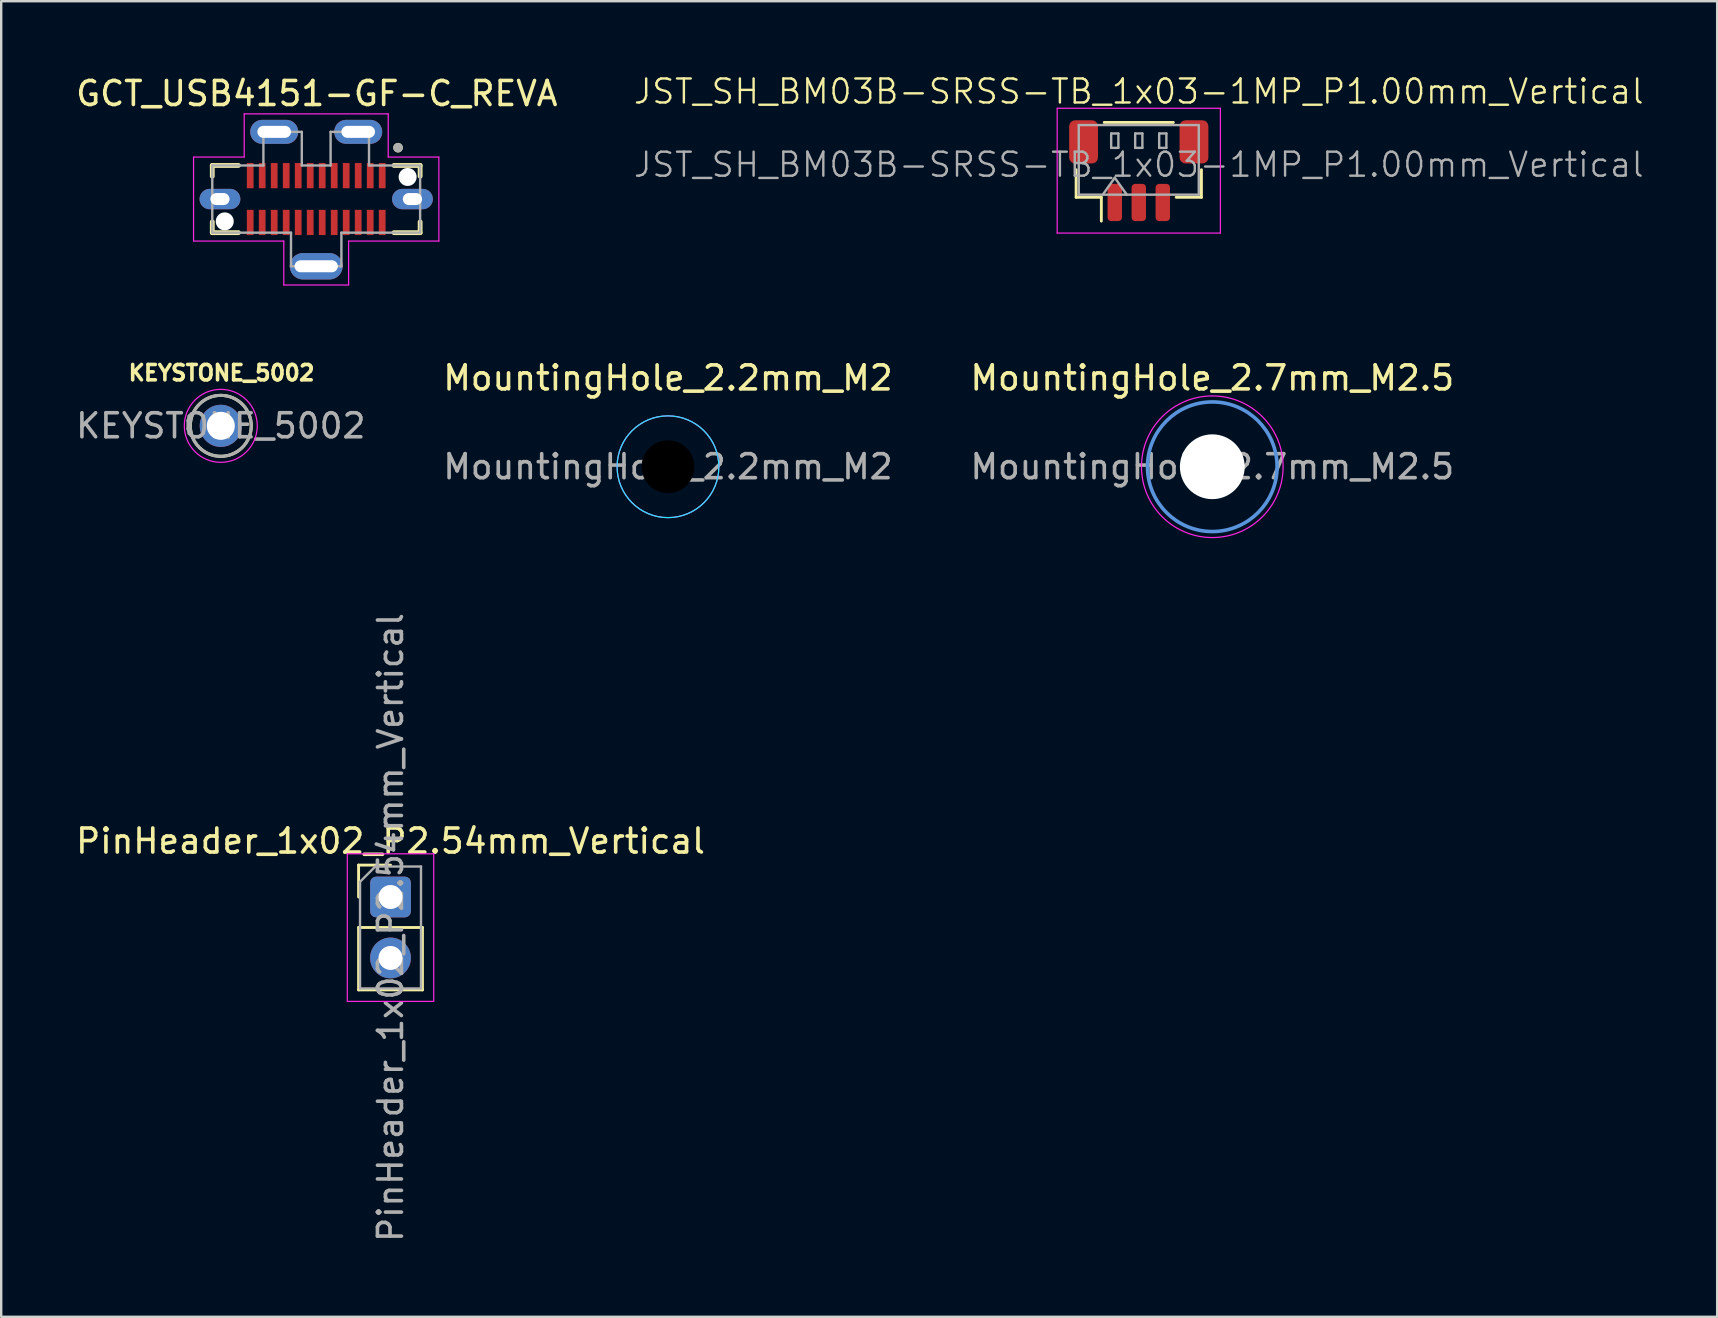
<source format=kicad_pcb>
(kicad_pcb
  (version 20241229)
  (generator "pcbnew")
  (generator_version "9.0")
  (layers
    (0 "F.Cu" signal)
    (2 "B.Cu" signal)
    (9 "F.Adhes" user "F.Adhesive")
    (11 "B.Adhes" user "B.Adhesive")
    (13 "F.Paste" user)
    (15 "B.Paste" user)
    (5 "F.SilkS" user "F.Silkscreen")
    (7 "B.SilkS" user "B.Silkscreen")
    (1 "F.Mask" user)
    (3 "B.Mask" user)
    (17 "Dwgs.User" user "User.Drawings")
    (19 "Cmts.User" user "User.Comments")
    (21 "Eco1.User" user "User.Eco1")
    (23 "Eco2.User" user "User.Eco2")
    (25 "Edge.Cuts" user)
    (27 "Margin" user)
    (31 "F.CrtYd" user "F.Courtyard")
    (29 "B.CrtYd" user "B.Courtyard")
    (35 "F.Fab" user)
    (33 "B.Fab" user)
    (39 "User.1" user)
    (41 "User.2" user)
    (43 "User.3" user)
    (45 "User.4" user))
  (footprint "JST_SH_BM03B-SRSS-TB_1x03-1MP_P1.00mm_Vertical"
    (layer "F.Cu")
    (at 44.395 4.061)
    (property "Reference" "JST_SH_BM03B-SRSS-TB_1x03-1MP_P1.00mm_Vertical" (at 0 -3.3 0) (layer "F.SilkS") (effects (font (size 1 1) (thickness 0.1))))
    (attr smd)
    (fp_line (start -2.61 -0.04) (end -2.61 1.11) (stroke (width 0.12) (type solid)) (layer "F.SilkS"))
    (fp_line (start -2.61 1.11) (end -1.56 1.11) (stroke (width 0.12) (type solid)) (layer "F.SilkS"))
    (fp_line (start -1.56 1.11) (end -1.56 2.1) (stroke (width 0.12) (type solid)) (layer "F.SilkS"))
    (fp_line (start -1.44 -2.01) (end 1.44 -2.01) (stroke (width 0.12) (type solid)) (layer "F.SilkS"))
    (fp_line (start 2.61 -0.04) (end 2.61 1.11) (stroke (width 0.12) (type solid)) (layer "F.SilkS"))
    (fp_line (start 2.61 1.11) (end 1.56 1.11) (stroke (width 0.12) (type solid)) (layer "F.SilkS"))
    (fp_line (start -3.4 -2.6) (end -3.4 2.6) (stroke (width 0.05) (type solid)) (layer "F.CrtYd"))
    (fp_line (start -3.4 2.6) (end 3.4 2.6) (stroke (width 0.05) (type solid)) (layer "F.CrtYd"))
    (fp_line (start 3.4 -2.6) (end -3.4 -2.6) (stroke (width 0.05) (type solid)) (layer "F.CrtYd"))
    (fp_line (start 3.4 2.6) (end 3.4 -2.6) (stroke (width 0.05) (type solid)) (layer "F.CrtYd"))
    (fp_line (start -2.5 -1.9) (end 2.5 -1.9) (stroke (width 0.1) (type solid)) (layer "F.Fab"))
    (fp_line (start -2.5 1) (end -2.5 -1.9) (stroke (width 0.1) (type solid)) (layer "F.Fab"))
    (fp_line (start -2.5 1) (end 2.5 1) (stroke (width 0.1) (type solid)) (layer "F.Fab"))
    (fp_line (start -1.5 1) (end -1 0.293) (stroke (width 0.1) (type solid)) (layer "F.Fab"))
    (fp_line (start -1.15 -1.55) (end -1.15 -0.95) (stroke (width 0.1) (type solid)) (layer "F.Fab"))
    (fp_line (start -1.15 -0.95) (end -0.85 -0.95) (stroke (width 0.1) (type solid)) (layer "F.Fab"))
    (fp_line (start -1 0.293) (end -0.5 1) (stroke (width 0.1) (type solid)) (layer "F.Fab"))
    (fp_line (start -0.85 -1.55) (end -1.15 -1.55) (stroke (width 0.1) (type solid)) (layer "F.Fab"))
    (fp_line (start -0.85 -0.95) (end -0.85 -1.55) (stroke (width 0.1) (type solid)) (layer "F.Fab"))
    (fp_line (start -0.15 -1.55) (end -0.15 -0.95) (stroke (width 0.1) (type solid)) (layer "F.Fab"))
    (fp_line (start -0.15 -0.95) (end 0.15 -0.95) (stroke (width 0.1) (type solid)) (layer "F.Fab"))
    (fp_line (start 0.15 -1.55) (end -0.15 -1.55) (stroke (width 0.1) (type solid)) (layer "F.Fab"))
    (fp_line (start 0.15 -0.95) (end 0.15 -1.55) (stroke (width 0.1) (type solid)) (layer "F.Fab"))
    (fp_line (start 0.85 -1.55) (end 0.85 -0.95) (stroke (width 0.1) (type solid)) (layer "F.Fab"))
    (fp_line (start 0.85 -0.95) (end 1.15 -0.95) (stroke (width 0.1) (type solid)) (layer "F.Fab"))
    (fp_line (start 1.15 -1.55) (end 0.85 -1.55) (stroke (width 0.1) (type solid)) (layer "F.Fab"))
    (fp_line (start 1.15 -0.95) (end 1.15 -1.55) (stroke (width 0.1) (type solid)) (layer "F.Fab"))
    (fp_line (start 2.5 1) (end 2.5 -1.9) (stroke (width 0.1) (type solid)) (layer "F.Fab"))
    (fp_text user "${REFERENCE}" (at 0 -0.25 0) (layer "F.Fab") (effects (font (size 1 1) (thickness 0.1))))
    (pad "1" smd roundrect (at -1 1.325) (size 0.6 1.55) (layers "F.Cu" "F.Mask" "F.Paste") (roundrect_rratio 0.25))
    (pad "2" smd roundrect (at 0 1.325) (size 0.6 1.55) (layers "F.Cu" "F.Mask" "F.Paste") (roundrect_rratio 0.25))
    (pad "3" smd roundrect (at 1 1.325) (size 0.6 1.55) (layers "F.Cu" "F.Mask" "F.Paste") (roundrect_rratio 0.25))
    (pad "MP" smd roundrect (at -2.3 -1.2) (size 1.2 1.8) (layers "F.Cu" "F.Mask" "F.Paste") (roundrect_rratio 0.208))
    (pad "MP" smd roundrect (at 2.3 -1.2) (size 1.2 1.8) (layers "F.Cu" "F.Mask" "F.Paste") (roundrect_rratio 0.208)))
  (footprint "PinHeader_1x02_P2.54mm_Vertical"
    (layer "F.Cu")
    (at 13.22 34.322)
    (property "Reference" "PinHeader_1x02_P2.54mm_Vertical" (at 0 -2.33 0) (layer "F.SilkS") (effects (font (size 1 1) (thickness 0.15))))
    (attr through_hole)
    (fp_line (start -1.33 -1.33) (end 0 -1.33) (stroke (width 0.12) (type solid)) (layer "F.SilkS"))
    (fp_line (start -1.33 0) (end -1.33 -1.33) (stroke (width 0.12) (type solid)) (layer "F.SilkS"))
    (fp_line (start -1.33 1.27) (end -1.33 3.87) (stroke (width 0.12) (type solid)) (layer "F.SilkS"))
    (fp_line (start -1.33 1.27) (end 1.33 1.27) (stroke (width 0.12) (type solid)) (layer "F.SilkS"))
    (fp_line (start -1.33 3.87) (end 1.33 3.87) (stroke (width 0.12) (type solid)) (layer "F.SilkS"))
    (fp_line (start 1.33 1.27) (end 1.33 3.87) (stroke (width 0.12) (type solid)) (layer "F.SilkS"))
    (fp_line (start -1.8 -1.8) (end -1.8 4.35) (stroke (width 0.05) (type solid)) (layer "F.CrtYd"))
    (fp_line (start -1.8 4.35) (end 1.8 4.35) (stroke (width 0.05) (type solid)) (layer "F.CrtYd"))
    (fp_line (start 1.8 -1.8) (end -1.8 -1.8) (stroke (width 0.05) (type solid)) (layer "F.CrtYd"))
    (fp_line (start 1.8 4.35) (end 1.8 -1.8) (stroke (width 0.05) (type solid)) (layer "F.CrtYd"))
    (fp_line (start -1.27 -0.635) (end -0.635 -1.27) (stroke (width 0.1) (type solid)) (layer "F.Fab"))
    (fp_line (start -1.27 3.81) (end -1.27 -0.635) (stroke (width 0.1) (type solid)) (layer "F.Fab"))
    (fp_line (start -0.635 -1.27) (end 1.27 -1.27) (stroke (width 0.1) (type solid)) (layer "F.Fab"))
    (fp_line (start 1.27 -1.27) (end 1.27 3.81) (stroke (width 0.1) (type solid)) (layer "F.Fab"))
    (fp_line (start 1.27 3.81) (end -1.27 3.81) (stroke (width 0.1) (type solid)) (layer "F.Fab"))
    (fp_text user "${REFERENCE}" (at 0 1.27 90) (layer "F.Fab") (effects (font (size 1 1) (thickness 0.15))))
    (pad "1" thru_hole roundrect (at 0 0) (size 1.7 1.7) (drill 1) (layers "*.Cu" "*.Mask") (roundrect_rratio 0.15))
    (pad "2" thru_hole oval (at 0 2.54) (size 1.7 1.7) (drill 1) (layers "*.Cu" "*.Mask")))
  (footprint "KEYSTONE_5002"
    (layer "F.Cu")
    (at 6.149 14.692)
    (property "Reference" "KEYSTONE_5002" (at 0.032 -2.206 0) (layer "F.SilkS") (effects (font (size 0.64 0.64) (thickness 0.15))))
    (attr through_hole)
    (fp_circle (center 0 0) (end 1.27 0) (stroke (width 0.127) (type solid)) (fill no) (layer "F.SilkS"))
    (fp_circle (center 0 0) (end 1.52 0) (stroke (width 0.05) (type solid)) (fill no) (layer "F.CrtYd"))
    (fp_circle (center 0 0) (end 1.27 0) (stroke (width 0.127) (type solid)) (fill no) (layer "F.Fab"))
    (fp_text user "${REFERENCE}" (at 0 0 0) (unlocked yes) (layer "F.Fab") (effects (font (size 1 1) (thickness 0.15))))
    (pad "1" thru_hole circle (at 0 0) (size 1.755 1.755) (drill 1.17) (layers "*.Cu" "*.Mask")))
  (footprint "MountingHole_2.2mm_M2"
    (layer "F.Cu")
    (at 24.78 16.396)
    (property "Reference" "MountingHole_2.2mm_M2" (at 0 -3.7 0) (layer "F.SilkS") (effects (font (size 1 1) (thickness 0.15))))
    (attr exclude_from_pos_files)
    (fp_circle (center 0 0) (end 2.12 0) (stroke (width 0.05) (type solid)) (fill no) (layer "B.CrtYd"))
    (fp_circle (center 0 0) (end 2.12 0) (stroke (width 0.05) (type solid)) (fill no) (layer "F.CrtYd"))
    (fp_text user "${REFERENCE}" (at 0 0 0) (layer "F.Fab") (effects (font (size 1 1) (thickness 0.15))))
    (pad "" np_thru_hole circle (at 0 0) (size 2.2 2.2) (drill 2.2) (layers "*.Mask")))
  (footprint "MountingHole_2.7mm_M2.5"
    (layer "F.Cu")
    (at 47.458 16.396)
    (property "Reference" "MountingHole_2.7mm_M2.5" (at 0 -3.7 0) (layer "F.SilkS") (effects (font (size 1 1) (thickness 0.15))))
    (attr exclude_from_pos_files)
    (fp_circle (center 0 0) (end 2.7 0) (stroke (width 0.15) (type solid)) (fill no) (layer "Cmts.User"))
    (fp_circle (center 0 0) (end 2.95 0) (stroke (width 0.05) (type solid)) (fill no) (layer "F.CrtYd"))
    (fp_text user "${REFERENCE}" (at 0 0 0) (layer "F.Fab") (effects (font (size 1 1) (thickness 0.15))))
    (pad "" np_thru_hole circle (at 0 0) (size 2.7 2.7) (drill 2.7) (layers "*.Cu" "*.Mask")))
  (footprint "GCT_USB4151-GF-C_REVA"
    (layer "F.Cu")
    (at 10.124 5.243)
    (property "Reference" "GCT_USB4151-GF-C_REVA" (at 0.025 -4.395 0) (layer "F.SilkS") (effects (font (size 1 1) (thickness 0.15))))
    (attr smd)
    (fp_line (start -4.33 -1.4) (end -4.33 -0.95) (stroke (width 0.2) (type solid)) (layer "F.SilkS"))
    (fp_line (start -4.33 0.95) (end -4.33 1.4) (stroke (width 0.2) (type solid)) (layer "F.SilkS"))
    (fp_line (start -4.33 1.4) (end -3.24 1.4) (stroke (width 0.2) (type solid)) (layer "F.SilkS"))
    (fp_line (start -3.24 -1.4) (end -4.33 -1.4) (stroke (width 0.2) (type solid)) (layer "F.SilkS"))
    (fp_line (start 3.24 1.4) (end 4.33 1.4) (stroke (width 0.2) (type solid)) (layer "F.SilkS"))
    (fp_line (start 4.33 -1.4) (end 3.24 -1.4) (stroke (width 0.2) (type solid)) (layer "F.SilkS"))
    (fp_line (start 4.33 -0.95) (end 4.33 -1.4) (stroke (width 0.2) (type solid)) (layer "F.SilkS"))
    (fp_line (start 4.33 1.4) (end 4.33 0.95) (stroke (width 0.2) (type solid)) (layer "F.SilkS"))
    (fp_circle (center 3.41 -2.14) (end 3.51 -2.14) (stroke (width 0.2) (type solid)) (fill no) (layer "F.SilkS"))
    (fp_line (start -5.11 -1.75) (end -5.11 1.75) (stroke (width 0.05) (type solid)) (layer "F.CrtYd"))
    (fp_line (start -5.11 1.75) (end -1.35 1.75) (stroke (width 0.05) (type solid)) (layer "F.CrtYd"))
    (fp_line (start -3 -3.55) (end -3 -1.75) (stroke (width 0.05) (type solid)) (layer "F.CrtYd"))
    (fp_line (start -3 -1.75) (end -5.11 -1.75) (stroke (width 0.05) (type solid)) (layer "F.CrtYd"))
    (fp_line (start -1.35 1.75) (end -1.35 3.58) (stroke (width 0.05) (type solid)) (layer "F.CrtYd"))
    (fp_line (start -1.35 3.58) (end 1.35 3.58) (stroke (width 0.05) (type solid)) (layer "F.CrtYd"))
    (fp_line (start 1.35 1.75) (end 5.11 1.75) (stroke (width 0.05) (type solid)) (layer "F.CrtYd"))
    (fp_line (start 1.35 3.58) (end 1.35 1.75) (stroke (width 0.05) (type solid)) (layer "F.CrtYd"))
    (fp_line (start 3 -3.55) (end -3 -3.55) (stroke (width 0.05) (type solid)) (layer "F.CrtYd"))
    (fp_line (start 3 -1.75) (end 3 -3.55) (stroke (width 0.05) (type solid)) (layer "F.CrtYd"))
    (fp_line (start 5.11 -1.75) (end 3 -1.75) (stroke (width 0.05) (type solid)) (layer "F.CrtYd"))
    (fp_line (start 5.11 1.75) (end 5.11 -1.75) (stroke (width 0.05) (type solid)) (layer "F.CrtYd"))
    (fp_line (start -4.33 -1.4) (end -4.33 1.4) (stroke (width 0.1) (type solid)) (layer "F.Fab"))
    (fp_line (start -4.33 1.4) (end -1.05 1.4) (stroke (width 0.1) (type solid)) (layer "F.Fab"))
    (fp_line (start -2.2 -2.8) (end -2.2 -1.4) (stroke (width 0.1) (type solid)) (layer "F.Fab"))
    (fp_line (start -2.2 -1.4) (end -4.33 -1.4) (stroke (width 0.1) (type solid)) (layer "F.Fab"))
    (fp_line (start -1.05 1.4) (end -1.05 2.8) (stroke (width 0.1) (type solid)) (layer "F.Fab"))
    (fp_line (start -1.05 2.8) (end 1.05 2.8) (stroke (width 0.1) (type solid)) (layer "F.Fab"))
    (fp_line (start -0.6 -2.8) (end -2.2 -2.8) (stroke (width 0.1) (type solid)) (layer "F.Fab"))
    (fp_line (start -0.6 -1.4) (end -0.6 -2.8) (stroke (width 0.1) (type solid)) (layer "F.Fab"))
    (fp_line (start 0.6 -2.8) (end 0.6 -1.4) (stroke (width 0.1) (type solid)) (layer "F.Fab"))
    (fp_line (start 0.6 -1.4) (end -0.6 -1.4) (stroke (width 0.1) (type solid)) (layer "F.Fab"))
    (fp_line (start 1.05 1.4) (end 4.33 1.4) (stroke (width 0.1) (type solid)) (layer "F.Fab"))
    (fp_line (start 1.05 2.8) (end 1.05 1.4) (stroke (width 0.1) (type solid)) (layer "F.Fab"))
    (fp_line (start 2.2 -2.8) (end 0.6 -2.8) (stroke (width 0.1) (type solid)) (layer "F.Fab"))
    (fp_line (start 2.2 -1.4) (end 2.2 -2.8) (stroke (width 0.1) (type solid)) (layer "F.Fab"))
    (fp_line (start 4.33 -1.4) (end 2.2 -1.4) (stroke (width 0.1) (type solid)) (layer "F.Fab"))
    (fp_line (start 4.33 1.4) (end 4.33 -1.4) (stroke (width 0.1) (type solid)) (layer "F.Fab"))
    (fp_circle (center 3.41 -2.14) (end 3.51 -2.14) (stroke (width 0.2) (type solid)) (fill no) (layer "F.Fab"))
    (pad "" np_thru_hole circle (at -3.81 0.93 180) (size 0.75 0.75) (drill 0.75) (layers "*.Cu" "*.Mask"))
    (pad "" np_thru_hole circle (at 3.81 -0.92 180) (size 0.75 0.75) (drill 0.75) (layers "*.Cu" "*.Mask"))
    (pad "A1" smd rect (at 2.75 -0.975 180) (size 0.28 1.05) (layers "F.Cu" "F.Mask" "F.Paste"))
    (pad "A2" smd rect (at 2.25 -0.975 180) (size 0.28 1.05) (layers "F.Cu" "F.Mask" "F.Paste"))
    (pad "A3" smd rect (at 1.75 -0.975 180) (size 0.28 1.05) (layers "F.Cu" "F.Mask" "F.Paste"))
    (pad "A4" smd rect (at 1.25 -0.975 180) (size 0.28 1.05) (layers "F.Cu" "F.Mask" "F.Paste"))
    (pad "A5" smd rect (at 0.75 -0.975 180) (size 0.28 1.05) (layers "F.Cu" "F.Mask" "F.Paste"))
    (pad "A6" smd rect (at 0.25 -0.975 180) (size 0.28 1.05) (layers "F.Cu" "F.Mask" "F.Paste"))
    (pad "A7" smd rect (at -0.25 -0.975 180) (size 0.28 1.05) (layers "F.Cu" "F.Mask" "F.Paste"))
    (pad "A8" smd rect (at -0.75 -0.975 180) (size 0.28 1.05) (layers "F.Cu" "F.Mask" "F.Paste"))
    (pad "A9" smd rect (at -1.25 -0.975 180) (size 0.28 1.05) (layers "F.Cu" "F.Mask" "F.Paste"))
    (pad "A10" smd rect (at -1.75 -0.975 180) (size 0.28 1.05) (layers "F.Cu" "F.Mask" "F.Paste"))
    (pad "A11" smd rect (at -2.25 -0.975 180) (size 0.28 1.05) (layers "F.Cu" "F.Mask" "F.Paste"))
    (pad "A12" smd rect (at -2.75 -0.975 180) (size 0.28 1.05) (layers "F.Cu" "F.Mask" "F.Paste"))
    (pad "B1" smd rect (at -2.75 0.975 180) (size 0.28 1.05) (layers "F.Cu" "F.Mask" "F.Paste"))
    (pad "B2" smd rect (at -2.25 0.975 180) (size 0.28 1.05) (layers "F.Cu" "F.Mask" "F.Paste"))
    (pad "B3" smd rect (at -1.75 0.975 180) (size 0.28 1.05) (layers "F.Cu" "F.Mask" "F.Paste"))
    (pad "B4" smd rect (at -1.25 0.975 180) (size 0.28 1.05) (layers "F.Cu" "F.Mask" "F.Paste"))
    (pad "B5" smd rect (at -0.75 0.975 180) (size 0.28 1.05) (layers "F.Cu" "F.Mask" "F.Paste"))
    (pad "B6" smd rect (at -0.25 0.975 180) (size 0.28 1.05) (layers "F.Cu" "F.Mask" "F.Paste"))
    (pad "B7" smd rect (at 0.25 0.975 180) (size 0.28 1.05) (layers "F.Cu" "F.Mask" "F.Paste"))
    (pad "B8" smd rect (at 0.75 0.975 180) (size 0.28 1.05) (layers "F.Cu" "F.Mask" "F.Paste"))
    (pad "B9" smd rect (at 1.25 0.975 180) (size 0.28 1.05) (layers "F.Cu" "F.Mask" "F.Paste"))
    (pad "B10" smd rect (at 1.75 0.975 180) (size 0.28 1.05) (layers "F.Cu" "F.Mask" "F.Paste"))
    (pad "B11" smd rect (at 2.25 0.975 180) (size 0.28 1.05) (layers "F.Cu" "F.Mask" "F.Paste"))
    (pad "B12" smd rect (at 2.75 0.975 180) (size 0.28 1.05) (layers "F.Cu" "F.Mask" "F.Paste"))
    (pad "S1" thru_hole oval (at -4.01 0 180) (size 1.7 0.85) (drill oval 0.8 0.5) (layers "*.Cu" "*.Mask"))
    (pad "S2" thru_hole oval (at -1.75 -2.8 180) (size 2 1) (drill oval 1.4 0.5) (layers "*.Cu" "*.Mask"))
    (pad "S3" thru_hole oval (at 1.75 -2.8 180) (size 2 1) (drill oval 1.4 0.5) (layers "*.Cu" "*.Mask"))
    (pad "S4" thru_hole oval (at 4.01 0 180) (size 1.7 0.85) (drill oval 0.8 0.5) (layers "*.Cu" "*.Mask"))
    (pad "S5" thru_hole oval (at 0 2.8 180) (size 2.2 1.1) (drill oval 1.8 0.5) (layers "*.Cu" "*.Mask")))
  (gr_rect
    (start -3 -3)
    (end 68.493 51.812)
    (stroke (width 0.1) (type default))
    (fill no)
    (layer "Edge.Cuts")))
</source>
